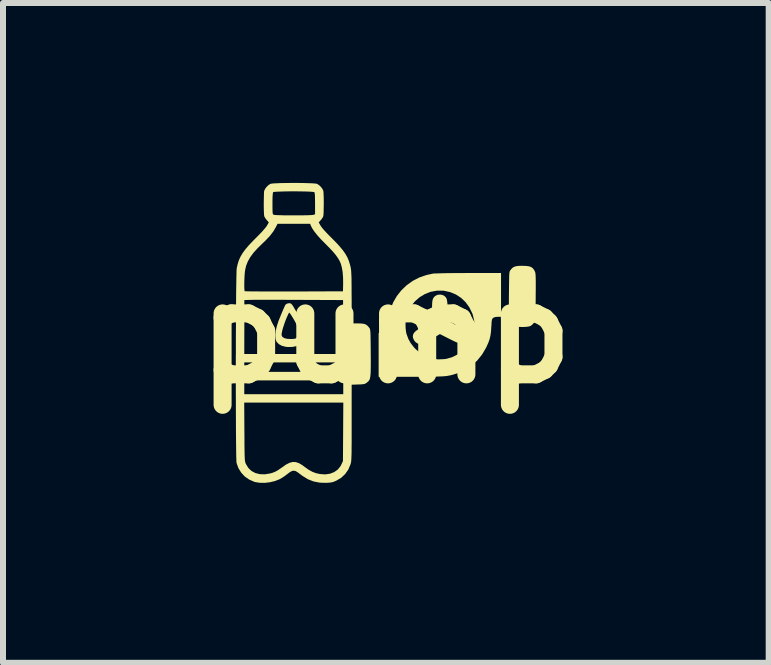
<source format=kicad_pcb>
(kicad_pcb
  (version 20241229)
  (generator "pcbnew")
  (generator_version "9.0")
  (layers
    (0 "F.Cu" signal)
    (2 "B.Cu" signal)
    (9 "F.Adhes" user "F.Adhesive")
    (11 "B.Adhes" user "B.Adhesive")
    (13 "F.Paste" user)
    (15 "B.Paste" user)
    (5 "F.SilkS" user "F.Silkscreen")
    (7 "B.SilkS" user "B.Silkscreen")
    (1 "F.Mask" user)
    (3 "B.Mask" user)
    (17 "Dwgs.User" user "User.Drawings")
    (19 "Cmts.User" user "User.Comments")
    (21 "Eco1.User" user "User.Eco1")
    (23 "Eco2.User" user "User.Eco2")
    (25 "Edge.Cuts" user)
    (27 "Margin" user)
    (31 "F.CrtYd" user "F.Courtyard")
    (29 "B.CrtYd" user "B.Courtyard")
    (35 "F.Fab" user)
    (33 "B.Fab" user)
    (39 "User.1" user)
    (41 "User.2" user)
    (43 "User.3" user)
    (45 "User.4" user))
  (footprint "pump"
    (layer "F.Cu")
    (at 3.382 2.501)
    (property "Reference" "pump" (at 0 0 0) (layer "F.SilkS") (effects (font (size 1.524 1.524) (thickness 0.3))))
    (attr board_only exclude_from_pos_files exclude_from_bom)
    (fp_poly (pts (xy 2.339 -1.118) (xy 2.389 -1.111) (xy 2.427 -1.097) (xy 2.454 -1.075) (xy 2.476 -1.043) (xy 2.48 -1.034) (xy 2.485 -1.023) (xy 2.49 -1.011) (xy 2.493 -0.996) (xy 2.495 -0.976) (xy 2.497 -0.95) (xy 2.498 -0.915) (xy 2.499 -0.868) (xy 2.499 -0.809) (xy 2.499 -0.734) (xy 2.498 -0.643) (xy 2.498 -0.598) (xy 2.495 -0.203) (xy 2.466 -0.166) (xy 2.441 -0.139) (xy 2.413 -0.118) (xy 2.404 -0.114) (xy 2.375 -0.107) (xy 2.332 -0.102) (xy 2.282 -0.1) (xy 2.231 -0.101) (xy 2.186 -0.105) (xy 2.152 -0.111) (xy 2.145 -0.114) (xy 2.104 -0.142) (xy 2.073 -0.182) (xy 2.056 -0.229) (xy 2.055 -0.233) (xy 2.054 -0.252) (xy 2.053 -0.289) (xy 2.052 -0.341) (xy 2.051 -0.405) (xy 2.051 -0.48) (xy 2.051 -0.561) (xy 2.052 -0.647) (xy 2.053 -0.743) (xy 2.054 -0.821) (xy 2.055 -0.883) (xy 2.056 -0.932) (xy 2.057 -0.968) (xy 2.059 -0.995) (xy 2.062 -1.014) (xy 2.065 -1.028) (xy 2.07 -1.037) (xy 2.075 -1.045) (xy 2.076 -1.047) (xy 2.101 -1.077) (xy 2.128 -1.098) (xy 2.16 -1.111) (xy 2.202 -1.118) (xy 2.259 -1.12) (xy 2.273 -1.12)) (stroke (width 0) (type solid)) (fill yes) (layer "F.SilkS"))
    (fp_poly (pts (xy 0.946 -0.633) (xy 0.974 -0.619) (xy 0.991 -0.604) (xy 1.004 -0.588) (xy 1.014 -0.568) (xy 1.02 -0.541) (xy 1.025 -0.504) (xy 1.028 -0.453) (xy 1.03 -0.386) (xy 1.03 -0.38) (xy 1.035 -0.205) (xy 1.155 -0.14) (xy 1.201 -0.115) (xy 1.242 -0.092) (xy 1.274 -0.073) (xy 1.294 -0.061) (xy 1.296 -0.06) (xy 1.331 -0.023) (xy 1.348 0.024) (xy 1.35 0.047) (xy 1.341 0.092) (xy 1.316 0.13) (xy 1.278 0.157) (xy 1.245 0.167) (xy 1.228 0.168) (xy 1.21 0.166) (xy 1.188 0.159) (xy 1.159 0.147) (xy 1.119 0.128) (xy 1.065 0.101) (xy 1.053 0.095) (xy 0.901 0.018) (xy 0.763 0.1) (xy 0.714 0.128) (xy 0.668 0.153) (xy 0.63 0.172) (xy 0.604 0.183) (xy 0.595 0.186) (xy 0.566 0.185) (xy 0.533 0.176) (xy 0.527 0.174) (xy 0.494 0.151) (xy 0.467 0.116) (xy 0.452 0.077) (xy 0.45 0.059) (xy 0.453 0.033) (xy 0.462 0.01) (xy 0.479 -0.014) (xy 0.507 -0.039) (xy 0.549 -0.068) (xy 0.605 -0.104) (xy 0.626 -0.117) (xy 0.77 -0.203) (xy 0.77 -0.372) (xy 0.77 -0.442) (xy 0.772 -0.495) (xy 0.776 -0.535) (xy 0.783 -0.564) (xy 0.794 -0.586) (xy 0.808 -0.604) (xy 0.826 -0.619) (xy 0.861 -0.636) (xy 0.904 -0.641)) (stroke (width 0) (type solid)) (fill yes) (layer "F.SilkS"))
    (fp_poly (pts (xy -1.587 -0.493) (xy -1.583 -0.491) (xy -1.568 -0.477) (xy -1.549 -0.452) (xy -1.535 -0.428) (xy -1.514 -0.391) (xy -1.487 -0.348) (xy -1.465 -0.314) (xy -1.44 -0.274) (xy -1.414 -0.225) (xy -1.391 -0.178) (xy -1.39 -0.174) (xy -1.373 -0.134) (xy -1.363 -0.101) (xy -1.358 -0.069) (xy -1.356 -0.029) (xy -1.356 0) (xy -1.359 0.068) (xy -1.369 0.119) (xy -1.387 0.157) (xy -1.414 0.185) (xy -1.424 0.191) (xy -1.485 0.218) (xy -1.557 0.232) (xy -1.635 0.234) (xy -1.674 0.229) (xy -1.734 0.213) (xy -1.783 0.186) (xy -1.819 0.15) (xy -1.826 0.138) (xy -1.84 0.091) (xy -1.843 0.031) (xy -1.843 0.028) (xy -1.738 0.028) (xy -1.738 0.036) (xy -1.725 0.064) (xy -1.694 0.085) (xy -1.646 0.097) (xy -1.587 0.1) (xy -1.546 0.099) (xy -1.52 0.096) (xy -1.502 0.09) (xy -1.487 0.078) (xy -1.485 0.075) (xy -1.466 0.044) (xy -1.459 -0.000429) (xy -1.463 -0.053) (xy -1.478 -0.111) (xy -1.486 -0.133) (xy -1.5 -0.163) (xy -1.519 -0.2) (xy -1.542 -0.239) (xy -1.564 -0.276) (xy -1.585 -0.308) (xy -1.601 -0.331) (xy -1.611 -0.34) (xy -1.611 -0.34) (xy -1.618 -0.331) (xy -1.63 -0.307) (xy -1.646 -0.272) (xy -1.664 -0.23) (xy -1.682 -0.183) (xy -1.698 -0.136) (xy -1.712 -0.093) (xy -1.716 -0.082) (xy -1.727 -0.039) (xy -1.735 -0.000115) (xy -1.738 0.028) (xy -1.843 0.028) (xy -1.835 -0.041) (xy -1.815 -0.122) (xy -1.786 -0.21) (xy -1.78 -0.223) (xy -1.745 -0.31) (xy -1.716 -0.379) (xy -1.694 -0.429) (xy -1.679 -0.461) (xy -1.671 -0.474) (xy -1.648 -0.489) (xy -1.616 -0.497)) (stroke (width 0) (type solid)) (fill yes) (layer "F.SilkS"))
    (fp_poly (pts (xy 1.92 -0.27) (xy 1.866 -0.27) (xy 1.823 -0.266) (xy 1.794 -0.255) (xy 1.789 -0.251) (xy 1.779 -0.242) (xy 1.772 -0.23) (xy 1.767 -0.212) (xy 1.763 -0.184) (xy 1.761 -0.142) (xy 1.758 -0.103) (xy 1.753 -0.024) (xy 1.744 0.042) (xy 1.73 0.101) (xy 1.71 0.159) (xy 1.681 0.223) (xy 1.671 0.245) (xy 1.604 0.359) (xy 1.523 0.459) (xy 1.429 0.544) (xy 1.323 0.614) (xy 1.207 0.668) (xy 1.08 0.705) (xy 1.02 0.716) (xy 0.993 0.719) (xy 0.958 0.722) (xy 0.915 0.724) (xy 0.862 0.726) (xy 0.796 0.728) (xy 0.718 0.729) (xy 0.624 0.729) (xy 0.513 0.73) (xy 0.403 0.73) (xy -0.12 0.73) (xy -0.12 0) (xy -0.087 -0.001) (xy -0.038 -0.003) (xy -0.004 -0.011) (xy 0.019 -0.026) (xy 0.032 -0.052) (xy 0.038 -0.092) (xy 0.04 -0.149) (xy 0.04 -0.154) (xy 0.041 -0.161) (xy 0.328 -0.161) (xy 0.329 -0.085) (xy 0.337 -0.015) (xy 0.344 0.014) (xy 0.375 0.099) (xy 0.416 0.172) (xy 0.471 0.242) (xy 0.499 0.271) (xy 0.583 0.341) (xy 0.673 0.393) (xy 0.77 0.426) (xy 0.872 0.44) (xy 0.981 0.435) (xy 1.016 0.429) (xy 1.106 0.403) (xy 1.193 0.359) (xy 1.275 0.295) (xy 1.305 0.266) (xy 1.377 0.181) (xy 1.43 0.091) (xy 1.464 -0.003) (xy 1.478 -0.102) (xy 1.473 -0.202) (xy 1.449 -0.304) (xy 1.44 -0.329) (xy 1.392 -0.427) (xy 1.33 -0.513) (xy 1.255 -0.585) (xy 1.169 -0.641) (xy 1.074 -0.681) (xy 0.971 -0.704) (xy 0.947 -0.706) (xy 0.844 -0.705) (xy 0.745 -0.686) (xy 0.651 -0.649) (xy 0.564 -0.597) (xy 0.488 -0.531) (xy 0.423 -0.452) (xy 0.373 -0.362) (xy 0.349 -0.3) (xy 0.335 -0.236) (xy 0.328 -0.161) (xy 0.041 -0.161) (xy 0.05 -0.279) (xy 0.078 -0.399) (xy 0.123 -0.512) (xy 0.184 -0.617) (xy 0.259 -0.712) (xy 0.347 -0.796) (xy 0.447 -0.868) (xy 0.557 -0.925) (xy 0.677 -0.967) (xy 0.785 -0.99) (xy 0.809 -0.992) (xy 0.851 -0.993) (xy 0.909 -0.995) (xy 0.981 -0.997) (xy 1.065 -0.998) (xy 1.159 -0.999) (xy 1.26 -0.999) (xy 1.367 -1) (xy 1.387 -1) (xy 1.92 -1)) (stroke (width 0) (type solid)) (fill yes) (layer "F.SilkS"))
    (fp_poly (pts (xy -1.449 -2.501) (xy -1.373 -2.5) (xy -1.304 -2.498) (xy -1.244 -2.496) (xy -1.195 -2.493) (xy -1.162 -2.49) (xy -1.147 -2.486) (xy -1.115 -2.466) (xy -1.082 -2.435) (xy -1.056 -2.4) (xy -1.043 -2.372) (xy -1.04 -2.352) (xy -1.038 -2.316) (xy -1.036 -2.268) (xy -1.035 -2.212) (xy -1.035 -2.153) (xy -1.036 -2.094) (xy -1.037 -2.04) (xy -1.038 -1.994) (xy -1.041 -1.961) (xy -1.043 -1.947) (xy -1.054 -1.923) (xy -1.074 -1.894) (xy -1.085 -1.882) (xy -1.119 -1.844) (xy -1.088 -1.789) (xy -1.068 -1.76) (xy -1.033 -1.718) (xy -0.986 -1.667) (xy -0.928 -1.608) (xy -0.905 -1.585) (xy -0.828 -1.507) (xy -0.766 -1.439) (xy -0.715 -1.377) (xy -0.675 -1.32) (xy -0.643 -1.264) (xy -0.619 -1.208) (xy -0.6 -1.147) (xy -0.596 -1.133) (xy -0.59 -1.109) (xy -0.585 -1.086) (xy -0.581 -1.061) (xy -0.578 -1.032) (xy -0.576 -0.997) (xy -0.574 -0.954) (xy -0.572 -0.901) (xy -0.572 -0.836) (xy -0.571 -0.757) (xy -0.571 -0.662) (xy -0.57 -0.562) (xy -0.57 -0.16) (xy -0.466 -0.16) (xy -0.407 -0.158) (xy -0.363 -0.152) (xy -0.329 -0.139) (xy -0.302 -0.117) (xy -0.276 -0.087) (xy -0.271 -0.079) (xy -0.266 -0.07) (xy -0.263 -0.058) (xy -0.26 -0.04) (xy -0.258 -0.016) (xy -0.256 0.018) (xy -0.255 0.063) (xy -0.254 0.122) (xy -0.253 0.195) (xy -0.252 0.286) (xy -0.252 0.328) (xy -0.251 0.435) (xy -0.251 0.523) (xy -0.252 0.595) (xy -0.253 0.653) (xy -0.256 0.699) (xy -0.26 0.734) (xy -0.266 0.761) (xy -0.274 0.782) (xy -0.285 0.798) (xy -0.298 0.811) (xy -0.313 0.824) (xy -0.318 0.828) (xy -0.335 0.84) (xy -0.353 0.848) (xy -0.375 0.853) (xy -0.406 0.856) (xy -0.453 0.858) (xy -0.462 0.858) (xy -0.57 0.862) (xy -0.57 1.495) (xy -0.57 1.624) (xy -0.57 1.734) (xy -0.57 1.828) (xy -0.571 1.907) (xy -0.571 1.971) (xy -0.572 2.024) (xy -0.574 2.067) (xy -0.575 2.1) (xy -0.577 2.127) (xy -0.579 2.147) (xy -0.582 2.164) (xy -0.586 2.178) (xy -0.589 2.189) (xy -0.626 2.277) (xy -0.679 2.352) (xy -0.746 2.415) (xy -0.827 2.462) (xy -0.863 2.478) (xy -0.897 2.488) (xy -0.934 2.494) (xy -0.984 2.497) (xy -0.989 2.498) (xy -1.101 2.495) (xy -1.203 2.475) (xy -1.299 2.438) (xy -1.39 2.382) (xy -1.421 2.359) (xy -1.467 2.324) (xy -1.503 2.302) (xy -1.534 2.295) (xy -1.564 2.3) (xy -1.599 2.319) (xy -1.643 2.352) (xy -1.648 2.356) (xy -1.688 2.386) (xy -1.732 2.415) (xy -1.771 2.437) (xy -1.775 2.439) (xy -1.849 2.468) (xy -1.932 2.488) (xy -2.018 2.498) (xy -2.101 2.497) (xy -2.174 2.486) (xy -2.192 2.481) (xy -2.277 2.444) (xy -2.352 2.392) (xy -2.412 2.327) (xy -2.458 2.252) (xy -2.488 2.168) (xy -2.489 2.162) (xy -2.491 2.143) (xy -2.492 2.107) (xy -2.494 2.052) (xy -2.495 1.982) (xy -2.496 1.897) (xy -2.497 1.799) (xy -2.498 1.689) (xy -2.499 1.568) (xy -2.499 1.438) (xy -2.5 1.3) (xy -2.5 1.16) (xy -2.361 1.16) (xy -2.358 1.647) (xy -2.357 1.759) (xy -2.357 1.852) (xy -2.356 1.929) (xy -2.355 1.991) (xy -2.354 2.04) (xy -2.352 2.079) (xy -2.351 2.109) (xy -2.348 2.131) (xy -2.345 2.148) (xy -2.342 2.161) (xy -2.337 2.173) (xy -2.332 2.185) (xy -2.332 2.185) (xy -2.292 2.25) (xy -2.24 2.3) (xy -2.176 2.334) (xy -2.102 2.353) (xy -2.02 2.356) (xy -1.93 2.342) (xy -1.889 2.33) (xy -1.845 2.313) (xy -1.798 2.287) (xy -1.743 2.249) (xy -1.731 2.241) (xy -1.665 2.194) (xy -1.606 2.164) (xy -1.553 2.15) (xy -1.501 2.152) (xy -1.448 2.17) (xy -1.391 2.204) (xy -1.354 2.232) (xy -1.286 2.28) (xy -1.225 2.314) (xy -1.163 2.337) (xy -1.098 2.351) (xy -1.011 2.357) (xy -0.932 2.346) (xy -0.862 2.319) (xy -0.803 2.278) (xy -0.757 2.222) (xy -0.739 2.187) (xy -0.715 2.135) (xy -0.709 1.16) (xy -2.361 1.16) (xy -2.5 1.16) (xy -2.5 1.155) (xy -2.501 1.02) (xy -2.36 1.02) (xy -0.71 1.02) (xy -0.71 0.79) (xy -2.36 0.79) (xy -2.36 1.02) (xy -2.501 1.02) (xy -2.501 1.005) (xy -2.501 0.851) (xy -2.501 0.694) (xy -2.501 0.563) (xy -2.36 0.563) (xy -2.359 0.6) (xy -2.357 0.628) (xy -2.354 0.643) (xy -2.353 0.643) (xy -2.342 0.644) (xy -2.313 0.645) (xy -2.267 0.646) (xy -2.205 0.647) (xy -2.129 0.647) (xy -2.041 0.648) (xy -1.942 0.648) (xy -1.833 0.648) (xy -1.716 0.648) (xy -1.592 0.648) (xy -1.531 0.648) (xy -0.715 0.645) (xy -0.712 0.568) (xy -0.709 0.49) (xy -2.36 0.49) (xy -2.36 0.563) (xy -2.501 0.563) (xy -2.501 0.536) (xy -2.501 0.378) (xy -2.5 0.35) (xy -2.36 0.35) (xy -0.71 0.35) (xy -0.712 -0.1) (xy -0.713 -0.549) (xy -1.444 -0.552) (xy -1.566 -0.552) (xy -1.684 -0.553) (xy -1.796 -0.553) (xy -1.901 -0.553) (xy -1.997 -0.553) (xy -2.081 -0.553) (xy -2.152 -0.553) (xy -2.209 -0.553) (xy -2.248 -0.552) (xy -2.267 -0.552) (xy -2.359 -0.549) (xy -2.359 -0.099) (xy -2.36 0.35) (xy -2.5 0.35) (xy -2.5 0.221) (xy -2.5 0.067) (xy -2.499 -0.082) (xy -2.498 -0.227) (xy -2.498 -0.364) (xy -2.497 -0.494) (xy -2.496 -0.614) (xy -2.495 -0.724) (xy -2.493 -0.816) (xy -2.36 -0.816) (xy -2.36 -0.768) (xy -2.358 -0.73) (xy -2.356 -0.704) (xy -2.353 -0.697) (xy -2.342 -0.696) (xy -2.313 -0.695) (xy -2.267 -0.694) (xy -2.205 -0.693) (xy -2.129 -0.693) (xy -2.041 -0.692) (xy -1.942 -0.692) (xy -1.833 -0.692) (xy -1.716 -0.692) (xy -1.592 -0.692) (xy -1.531 -0.692) (xy -0.715 -0.695) (xy -0.712 -0.815) (xy -0.713 -0.919) (xy -0.72 -1.014) (xy -0.734 -1.095) (xy -0.751 -1.156) (xy -0.771 -1.202) (xy -0.798 -1.248) (xy -0.833 -1.297) (xy -0.878 -1.352) (xy -0.936 -1.414) (xy -1.006 -1.485) (xy -1.081 -1.561) (xy -1.141 -1.628) (xy -1.188 -1.686) (xy -1.223 -1.737) (xy -1.248 -1.784) (xy -1.25 -1.789) (xy -1.262 -1.82) (xy -1.806 -1.82) (xy -1.832 -1.768) (xy -1.875 -1.694) (xy -1.935 -1.616) (xy -2.013 -1.534) (xy -2.052 -1.497) (xy -2.137 -1.414) (xy -2.206 -1.338) (xy -2.26 -1.265) (xy -2.3 -1.194) (xy -2.329 -1.122) (xy -2.345 -1.053) (xy -2.35 -1.019) (xy -2.354 -0.974) (xy -2.357 -0.923) (xy -2.359 -0.869) (xy -2.36 -0.816) (xy -2.493 -0.816) (xy -2.493 -0.821) (xy -2.492 -0.906) (xy -2.49 -0.975) (xy -2.489 -1.028) (xy -2.487 -1.064) (xy -2.486 -1.08) (xy -2.47 -1.149) (xy -2.45 -1.213) (xy -2.422 -1.274) (xy -2.386 -1.335) (xy -2.339 -1.398) (xy -2.281 -1.466) (xy -2.208 -1.542) (xy -2.17 -1.58) (xy -2.108 -1.643) (xy -2.056 -1.698) (xy -2.016 -1.744) (xy -1.989 -1.778) (xy -1.982 -1.789) (xy -1.951 -1.844) (xy -1.985 -1.882) (xy -2.007 -1.91) (xy -2.023 -1.937) (xy -2.027 -1.947) (xy -2.03 -1.968) (xy -2.032 -2.004) (xy -2.034 -2.052) (xy -2.035 -2.108) (xy -2.035 -2.158) (xy -1.89 -2.158) (xy -1.89 -2.094) (xy -1.889 -2.047) (xy -1.888 -2.015) (xy -1.886 -1.994) (xy -1.882 -1.982) (xy -1.877 -1.975) (xy -1.869 -1.971) (xy -1.867 -1.97) (xy -1.851 -1.968) (xy -1.817 -1.965) (xy -1.77 -1.964) (xy -1.712 -1.962) (xy -1.646 -1.961) (xy -1.575 -1.961) (xy -1.503 -1.961) (xy -1.432 -1.961) (xy -1.366 -1.962) (xy -1.307 -1.963) (xy -1.259 -1.965) (xy -1.224 -1.967) (xy -1.206 -1.97) (xy -1.206 -1.97) (xy -1.18 -1.98) (xy -1.18 -2.158) (xy -1.181 -2.231) (xy -1.182 -2.285) (xy -1.185 -2.322) (xy -1.189 -2.343) (xy -1.192 -2.348) (xy -1.205 -2.351) (xy -1.236 -2.354) (xy -1.28 -2.357) (xy -1.336 -2.359) (xy -1.4 -2.36) (xy -1.47 -2.361) (xy -1.542 -2.361) (xy -1.614 -2.361) (xy -1.683 -2.36) (xy -1.746 -2.358) (xy -1.8 -2.356) (xy -1.842 -2.354) (xy -1.869 -2.351) (xy -1.878 -2.348) (xy -1.883 -2.335) (xy -1.886 -2.307) (xy -1.889 -2.263) (xy -1.89 -2.2) (xy -1.89 -2.158) (xy -2.035 -2.158) (xy -2.035 -2.167) (xy -2.034 -2.226) (xy -2.033 -2.28) (xy -2.032 -2.326) (xy -2.03 -2.358) (xy -2.027 -2.372) (xy -2.011 -2.405) (xy -1.984 -2.44) (xy -1.951 -2.47) (xy -1.923 -2.486) (xy -1.903 -2.49) (xy -1.866 -2.494) (xy -1.815 -2.496) (xy -1.753 -2.499) (xy -1.682 -2.5) (xy -1.606 -2.501) (xy -1.527 -2.501)) (stroke (width 0) (type solid)) (fill yes) (layer "F.SilkS")))
  (gr_rect
    (start -3 -3)
    (end 9.764 7.999)
    (stroke (width 0.1) (type default))
    (fill no)
    (layer "Edge.Cuts")))
</source>
